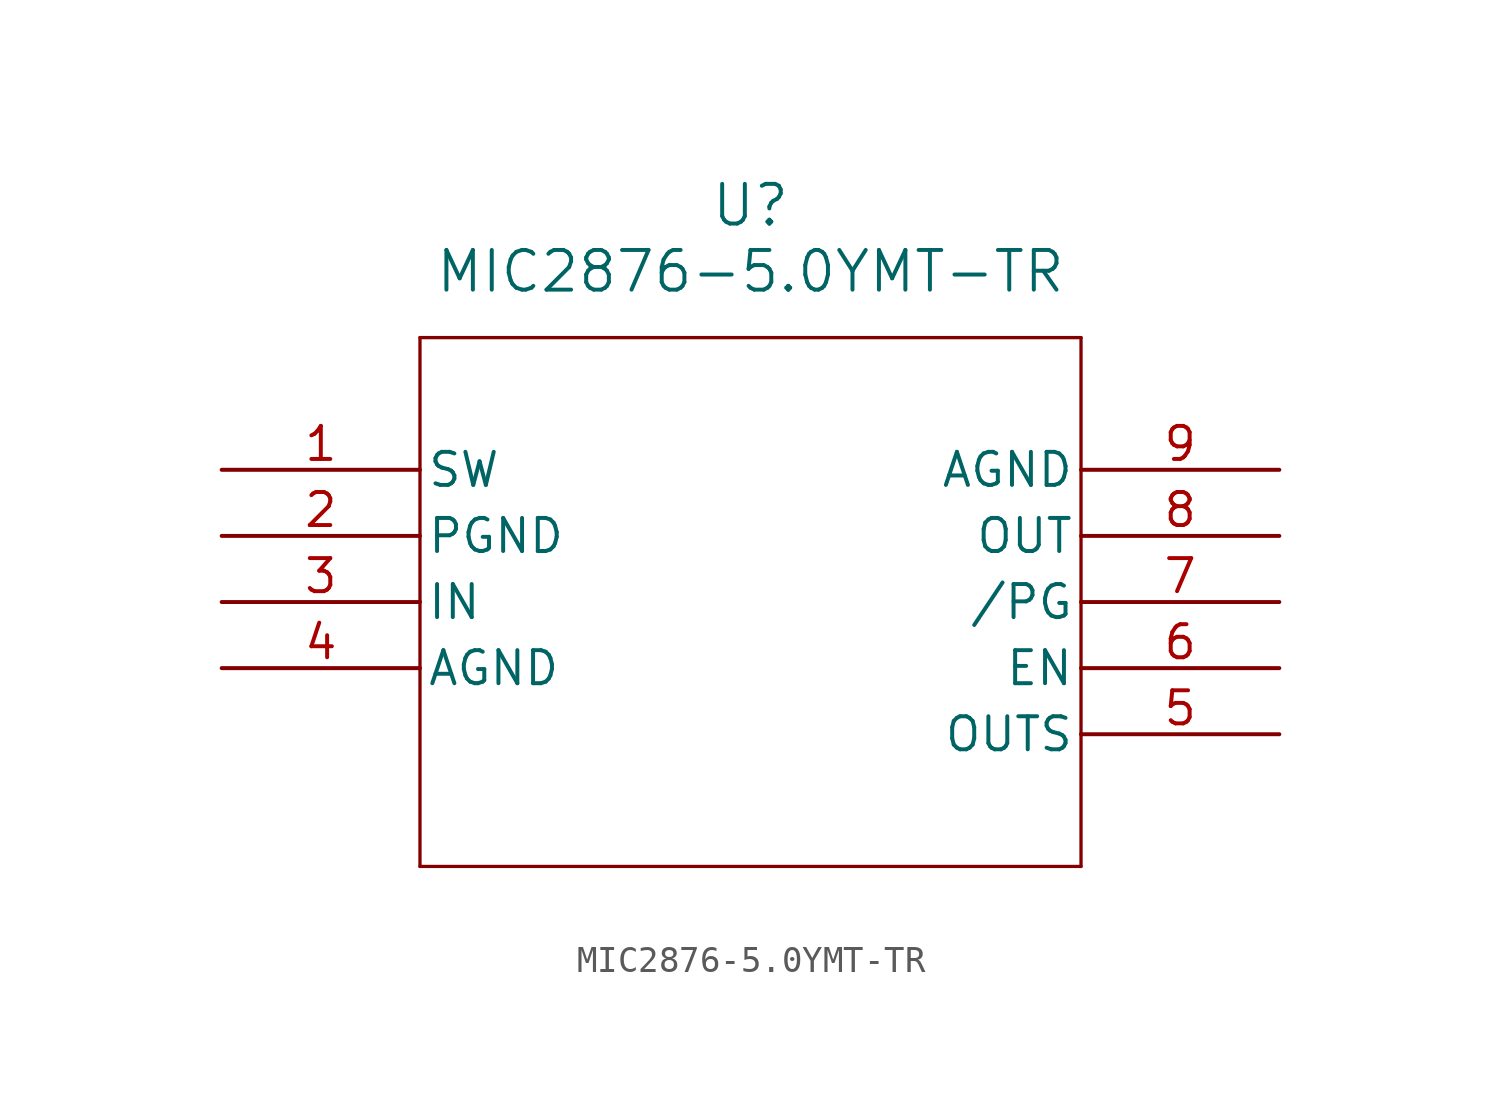
<source format=kicad_sym>
(kicad_symbol_lib
  (version 20211014)
  (generator kicad_symbol_editor)
  (symbol "MIC2876-5.0YMT-TR"
    (pin_names
      (offset 0.254))
    (property "Reference" "U"
      (at 20.32 10.16 0)
      (effects (font (size 1.524 1.524))))
    (property "Value" "MIC2876-5.0YMT-TR"
      (at 20.32 7.62 0)
      (effects (font (size 1.524 1.524))))
    (symbol "MIC2876-5.0YMT-TR_0_1"
      (polyline (pts (xy 7.62 5.08) (xy 7.62 -15.24)) (stroke (width 0.127) (type default) (color 0 0 0 0)) (fill (type none)))
      (polyline (pts (xy 7.62 -15.24) (xy 33.02 -15.24)) (stroke (width 0.127) (type default) (color 0 0 0 0)) (fill (type none)))
      (polyline (pts (xy 33.02 -15.24) (xy 33.02 5.08)) (stroke (width 0.127) (type default) (color 0 0 0 0)) (fill (type none)))
      (polyline (pts (xy 33.02 5.08) (xy 7.62 5.08)) (stroke (width 0.127) (type default) (color 0 0 0 0)) (fill (type none)))
      (pin power_in line (at 0 0 0) (length 7.62) (name "SW" (effects (font (size 1.27 1.27)))) (number "1" (effects (font (size 1.27 1.27)))))
      (pin power_out line (at 0 -2.54 0) (length 7.62) (name "PGND" (effects (font (size 1.27 1.27)))) (number "2" (effects (font (size 1.27 1.27)))))
      (pin power_in line (at 0 -5.08 0) (length 7.62) (name "IN" (effects (font (size 1.27 1.27)))) (number "3" (effects (font (size 1.27 1.27)))))
      (pin power_out line (at 0 -7.62 0) (length 7.62) (name "AGND" (effects (font (size 1.27 1.27)))) (number "4" (effects (font (size 1.27 1.27)))))
      (pin unspecified line (at 40.64 -10.16 180) (length 7.62) (name "OUTS" (effects (font (size 1.27 1.27)))) (number "5" (effects (font (size 1.27 1.27)))))
      (pin input line (at 40.64 -7.62 180) (length 7.62) (name "EN" (effects (font (size 1.27 1.27)))) (number "6" (effects (font (size 1.27 1.27)))))
      (pin output line (at 40.64 -5.08 180) (length 7.62) (name "/PG" (effects (font (size 1.27 1.27)))) (number "7" (effects (font (size 1.27 1.27)))))
      (pin power_in line (at 40.64 -2.54 180) (length 7.62) (name "OUT" (effects (font (size 1.27 1.27)))) (number "8" (effects (font (size 1.27 1.27)))))
      (pin power_out line (at 40.64 0 180) (length 7.62) (name "AGND" (effects (font (size 1.27 1.27)))) (number "9" (effects (font (size 1.27 1.27))))))))
</source>
